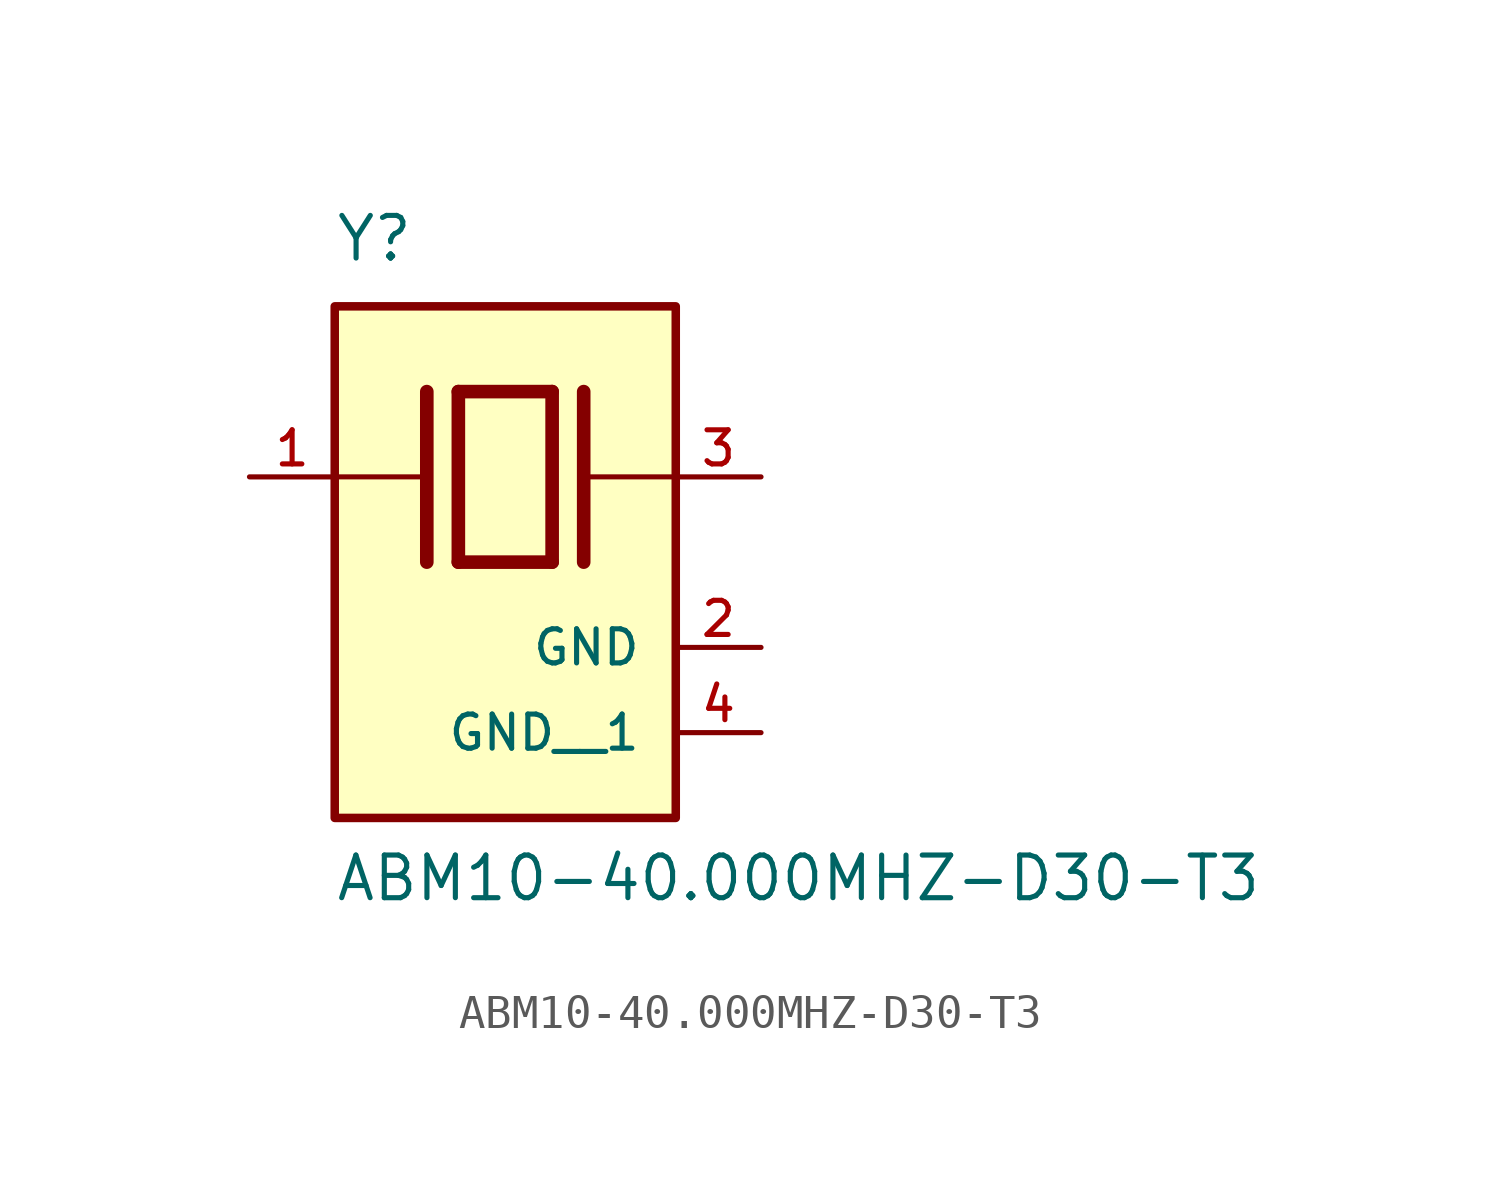
<source format=kicad_sym>
(kicad_symbol_lib
  (version 20211014)
  (generator kicad_symbol_editor)
  (symbol "ABM10-40.000MHZ-D30-T3"
    (pin_names
      (offset 1.016))
    (property "Reference" "Y"
      (at -5.088 6.356 0)
      (effects (font (size 1.27 1.27)) (justify bottom left)))
    (property "Value" "ABM10-40.000MHZ-D30-T3"
      (at -5.094 -12.7 0)
      (effects (font (size 1.27 1.27)) (justify bottom left)))
    (symbol "ABM10-40.000MHZ-D30-T3_0_0"
      (polyline (pts (xy -1.397 2.54) (xy 1.397 2.54)) (stroke (width 0.406)))
      (polyline (pts (xy 1.397 2.54) (xy 1.397 -2.54)) (stroke (width 0.406)))
      (polyline (pts (xy 1.397 -2.54) (xy -1.397 -2.54)) (stroke (width 0.406)))
      (polyline (pts (xy -1.397 2.54) (xy -1.397 -2.54)) (stroke (width 0.406)))
      (polyline (pts (xy 2.337 2.54) (xy 2.337 -2.54)) (stroke (width 0.406)))
      (polyline (pts (xy -2.337 2.54) (xy -2.337 -2.54)) (stroke (width 0.406)))
      (polyline (pts (xy -5.08 0.0) (xy -2.54 0.0)) (stroke (width 0.152)))
      (polyline (pts (xy 2.54 0.0) (xy 5.08 0.0)) (stroke (width 0.152)))
      (rectangle (start -5.08 -10.16) (end 5.08 5.08) (stroke (width 0.254)) (fill (type background)))
      (pin passive line (at 7.62 0.0 180.0) (length 2.54) (name "~" (effects (font (size 1.016 1.016)))) (number "3" (effects (font (size 1.016 1.016)))))
      (pin passive line (at -7.62 0.0 0) (length 2.54) (name "~" (effects (font (size 1.016 1.016)))) (number "1" (effects (font (size 1.016 1.016)))))
      (pin power_in line (at 7.62 -5.08 180.0) (length 2.54) (name "GND" (effects (font (size 1.016 1.016)))) (number "2" (effects (font (size 1.016 1.016)))))
      (pin power_in line (at 7.62 -7.62 180.0) (length 2.54) (name "GND__1" (effects (font (size 1.016 1.016)))) (number "4" (effects (font (size 1.016 1.016))))))))
</source>
